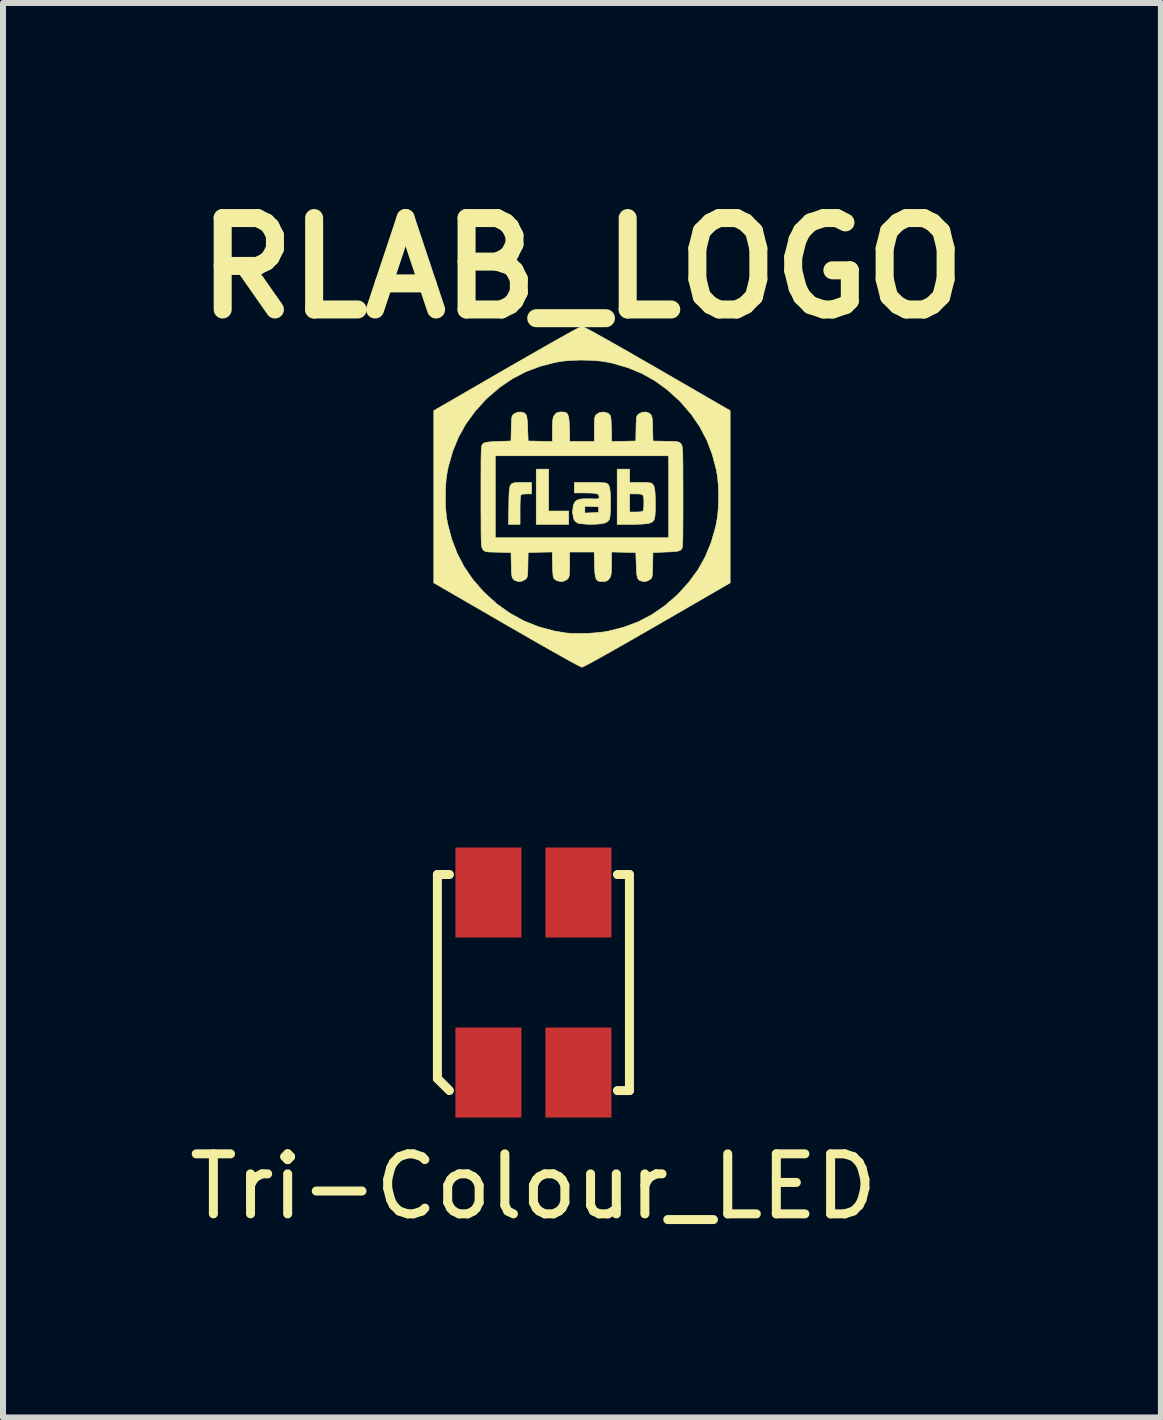
<source format=kicad_pcb>
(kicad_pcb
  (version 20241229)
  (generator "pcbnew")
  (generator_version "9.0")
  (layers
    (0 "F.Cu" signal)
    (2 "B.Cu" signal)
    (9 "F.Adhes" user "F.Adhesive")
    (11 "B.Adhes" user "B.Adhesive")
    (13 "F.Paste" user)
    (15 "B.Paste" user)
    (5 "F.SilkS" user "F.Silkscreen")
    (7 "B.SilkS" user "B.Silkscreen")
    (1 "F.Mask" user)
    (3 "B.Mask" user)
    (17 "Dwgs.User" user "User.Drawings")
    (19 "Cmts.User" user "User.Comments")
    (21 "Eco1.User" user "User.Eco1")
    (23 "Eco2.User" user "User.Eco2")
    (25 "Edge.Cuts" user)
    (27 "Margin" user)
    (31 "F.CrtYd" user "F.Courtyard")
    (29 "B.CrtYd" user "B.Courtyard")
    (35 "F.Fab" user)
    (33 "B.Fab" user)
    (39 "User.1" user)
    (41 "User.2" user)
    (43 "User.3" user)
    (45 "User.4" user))
  (footprint "Tri-Colour_LED"
    (layer "F.Cu")
    (at 5.839 13.323)
    (property "Reference" "Tri-Colour_LED" (at 0 3.4 0) (layer "F.SilkS") (effects (font (size 1 1) (thickness 0.15))))
    (attr through_hole)
    (fp_line (start -1.6 -1.8) (end -1.6 1.6) (stroke (width 0.15) (type solid)) (layer "F.SilkS"))
    (fp_line (start -1.6 1.6) (end -1.4 1.8) (stroke (width 0.15) (type solid)) (layer "F.SilkS"))
    (fp_line (start -1.4 -1.8) (end -1.6 -1.8) (stroke (width 0.15) (type solid)) (layer "F.SilkS"))
    (fp_line (start 1.4 -1.8) (end 1.6 -1.8) (stroke (width 0.15) (type solid)) (layer "F.SilkS"))
    (fp_line (start 1.6 -1.8) (end 1.6 1.8) (stroke (width 0.15) (type solid)) (layer "F.SilkS"))
    (fp_line (start 1.6 1.8) (end 1.4 1.8) (stroke (width 0.15) (type solid)) (layer "F.SilkS"))
    (pad "1" smd rect (at -0.75 1.5) (size 1.1 1.5) (layers "F.Cu" "F.Mask" "F.Paste"))
    (pad "2" smd rect (at -0.75 -1.5) (size 1.1 1.5) (layers "F.Cu" "F.Mask" "F.Paste"))
    (pad "3" smd rect (at 0.75 -1.5) (size 1.1 1.5) (layers "F.Cu" "F.Mask" "F.Paste"))
    (pad "4" smd rect (at 0.75 1.5) (size 1.1 1.5) (layers "F.Cu" "F.Mask" "F.Paste")))
  (footprint "RLAB_LOGO"
    (layer "F.Cu")
    (at 6.648 5.228)
    (property "Reference" "RLAB_LOGO" (at 0 -3.81 0) (layer "F.SilkS") (effects (font (size 1.524 1.524) (thickness 0.3))))
    (attr through_hole)
    (fp_poly (pts (xy -0.556 0.238) (xy -0.222 0.238) (xy -0.222 0.46) (xy -0.762 0.46) (xy -0.762 -0.46) (xy -0.556 -0.46) (xy -0.556 0.238)) (stroke (width 0.01) (type solid)) (fill yes) (layer "F.SilkS"))
    (fp_poly (pts (xy -0.99 -0.238) (xy -0.841 -0.238) (xy -0.841 -0.048) (xy -0.927 -0.048) (xy -0.982 -0.045) (xy -1.012 -0.035) (xy -1.022 -0.023) (xy -1.026 0.002) (xy -1.029 0.051) (xy -1.031 0.12) (xy -1.032 0.201) (xy -1.032 0.231) (xy -1.032 0.46) (xy -1.224 0.46) (xy -1.219 0.141) (xy -1.217 0.022) (xy -1.214 -0.069) (xy -1.208 -0.136) (xy -1.196 -0.183) (xy -1.176 -0.212) (xy -1.145 -0.229) (xy -1.102 -0.236) (xy -1.045 -0.238) (xy -0.99 -0.238)) (stroke (width 0.01) (type solid)) (fill yes) (layer "F.SilkS"))
    (fp_poly (pts (xy 0.794 -0.238) (xy 0.959 -0.238) (xy 1.031 -0.237) (xy 1.092 -0.235) (xy 1.135 -0.231) (xy 1.15 -0.228) (xy 1.176 -0.212) (xy 1.195 -0.185) (xy 1.208 -0.141) (xy 1.217 -0.078) (xy 1.221 0.009) (xy 1.222 0.117) (xy 1.222 0.222) (xy 1.218 0.3) (xy 1.21 0.356) (xy 1.196 0.394) (xy 1.174 0.418) (xy 1.143 0.434) (xy 1.103 0.445) (xy 1.064 0.45) (xy 1.001 0.455) (xy 0.922 0.458) (xy 0.835 0.46) (xy 0.814 0.46) (xy 0.587 0.46) (xy 0.587 -0.048) (xy 0.794 -0.048) (xy 0.794 0.254) (xy 0.903 0.254) (xy 0.965 0.252) (xy 1.002 0.246) (xy 1.019 0.234) (xy 1.022 0.229) (xy 1.027 0.2) (xy 1.031 0.152) (xy 1.032 0.103) (xy 1.031 0.033) (xy 1.025 -0.011) (xy 1.008 -0.035) (xy 0.975 -0.045) (xy 0.922 -0.048) (xy 0.903 -0.048) (xy 0.794 -0.048) (xy 0.587 -0.048) (xy 0.587 -0.46) (xy 0.794 -0.46) (xy 0.794 -0.238)) (stroke (width 0.01) (type solid)) (fill yes) (layer "F.SilkS"))
    (fp_poly (pts (xy 0.214 -0.238) (xy 0.292 -0.236) (xy 0.354 -0.233) (xy 0.394 -0.23) (xy 0.404 -0.228) (xy 0.43 -0.212) (xy 0.45 -0.183) (xy 0.463 -0.138) (xy 0.471 -0.072) (xy 0.475 0.018) (xy 0.476 0.106) (xy 0.474 0.224) (xy 0.469 0.31) (xy 0.461 0.364) (xy 0.456 0.381) (xy 0.429 0.413) (xy 0.385 0.436) (xy 0.32 0.45) (xy 0.229 0.457) (xy 0.159 0.459) (xy 0.083 0.457) (xy 0.012 0.452) (xy -0.042 0.445) (xy -0.064 0.44) (xy -0.109 0.415) (xy -0.135 0.373) (xy -0.138 0.365) (xy -0.155 0.271) (xy 0.048 0.271) (xy 0.163 0.267) (xy 0.278 0.262) (xy 0.278 0.167) (xy 0.163 0.162) (xy 0.048 0.157) (xy 0.048 0.271) (xy -0.155 0.271) (xy -0.157 0.262) (xy -0.146 0.155) (xy -0.142 0.139) (xy -0.123 0.094) (xy -0.093 0.063) (xy -0.047 0.043) (xy 0.019 0.034) (xy 0.112 0.034) (xy 0.129 0.034) (xy 0.201 0.036) (xy 0.246 0.036) (xy 0.272 0.032) (xy 0.283 0.024) (xy 0.286 0.01) (xy 0.286 0.007) (xy 0.282 -0.021) (xy 0.268 -0.041) (xy 0.24 -0.053) (xy 0.192 -0.06) (xy 0.119 -0.063) (xy 0.06 -0.064) (xy -0.127 -0.064) (xy -0.127 -0.238) (xy 0.126 -0.238) (xy 0.214 -0.238)) (stroke (width 0.01) (type solid)) (fill yes) (layer "F.SilkS"))
    (fp_poly (pts (xy 0.02 -2.832) (xy 0.066 -2.809) (xy 0.137 -2.772) (xy 0.23 -2.721) (xy 0.344 -2.657) (xy 0.478 -2.582) (xy 0.63 -2.496) (xy 0.799 -2.4) (xy 0.982 -2.294) (xy 1.179 -2.181) (xy 1.254 -2.138) (xy 2.469 -1.435) (xy 2.469 1.435) (xy 1.254 2.138) (xy 1.052 2.254) (xy 0.864 2.362) (xy 0.689 2.462) (xy 0.531 2.552) (xy 0.391 2.631) (xy 0.269 2.699) (xy 0.168 2.755) (xy 0.089 2.797) (xy 0.034 2.825) (xy 0.004 2.839) (xy 0 2.84) (xy -0.02 2.832) (xy -0.066 2.809) (xy -0.137 2.772) (xy -0.23 2.721) (xy -0.344 2.657) (xy -0.478 2.582) (xy -0.63 2.496) (xy -0.799 2.4) (xy -0.982 2.294) (xy -1.179 2.181) (xy -1.254 2.138) (xy -2.469 1.435) (xy -2.469 0.014) (xy -2.278 0.014) (xy -2.273 0.179) (xy -2.259 0.333) (xy -2.24 0.445) (xy -2.171 0.706) (xy -2.079 0.946) (xy -1.962 1.17) (xy -1.818 1.379) (xy -1.647 1.576) (xy -1.619 1.604) (xy -1.416 1.788) (xy -1.198 1.943) (xy -0.967 2.069) (xy -0.722 2.167) (xy -0.463 2.237) (xy -0.266 2.27) (xy -0.158 2.278) (xy -0.029 2.28) (xy 0.11 2.276) (xy 0.247 2.266) (xy 0.374 2.251) (xy 0.445 2.238) (xy 0.704 2.172) (xy 0.945 2.08) (xy 1.169 1.962) (xy 1.381 1.816) (xy 1.581 1.642) (xy 1.612 1.612) (xy 1.787 1.417) (xy 1.935 1.214) (xy 2.056 0.997) (xy 2.152 0.764) (xy 2.225 0.511) (xy 2.24 0.445) (xy 2.262 0.308) (xy 2.274 0.152) (xy 2.278 -0.014) (xy 2.273 -0.179) (xy 2.259 -0.333) (xy 2.24 -0.445) (xy 2.172 -0.703) (xy 2.082 -0.941) (xy 1.967 -1.161) (xy 1.826 -1.368) (xy 1.658 -1.564) (xy 1.612 -1.612) (xy 1.417 -1.787) (xy 1.214 -1.935) (xy 0.997 -2.056) (xy 0.764 -2.152) (xy 0.511 -2.225) (xy 0.445 -2.24) (xy 0.308 -2.262) (xy 0.152 -2.274) (xy -0.014 -2.278) (xy -0.179 -2.273) (xy -0.333 -2.259) (xy -0.445 -2.24) (xy -0.703 -2.172) (xy -0.941 -2.082) (xy -1.161 -1.967) (xy -1.368 -1.826) (xy -1.564 -1.658) (xy -1.612 -1.612) (xy -1.787 -1.417) (xy -1.935 -1.214) (xy -2.056 -0.997) (xy -2.152 -0.764) (xy -2.225 -0.511) (xy -2.24 -0.445) (xy -2.262 -0.308) (xy -2.274 -0.152) (xy -2.278 0.014) (xy -2.469 0.014) (xy -2.469 -1.435) (xy -1.254 -2.138) (xy -1.052 -2.254) (xy -0.864 -2.362) (xy -0.689 -2.462) (xy -0.531 -2.552) (xy -0.391 -2.631) (xy -0.269 -2.699) (xy -0.168 -2.755) (xy -0.089 -2.797) (xy -0.034 -2.825) (xy -0.004 -2.839) (xy 0 -2.84) (xy 0.02 -2.832)) (stroke (width 0.01) (type solid)) (fill yes) (layer "F.SilkS"))
    (fp_poly (pts (xy -0.295 -1.41) (xy -0.262 -1.399) (xy -0.239 -1.375) (xy -0.224 -1.333) (xy -0.215 -1.271) (xy -0.211 -1.183) (xy -0.209 -1.133) (xy -0.204 -0.921) (xy 0.001 -0.921) (xy 0.206 -0.921) (xy 0.206 -1.128) (xy 0.207 -1.213) (xy 0.208 -1.272) (xy 0.212 -1.312) (xy 0.219 -1.338) (xy 0.23 -1.357) (xy 0.245 -1.374) (xy 0.297 -1.405) (xy 0.359 -1.412) (xy 0.42 -1.397) (xy 0.445 -1.382) (xy 0.46 -1.368) (xy 0.472 -1.352) (xy 0.479 -1.328) (xy 0.484 -1.29) (xy 0.487 -1.233) (xy 0.489 -1.15) (xy 0.49 -1.136) (xy 0.495 -0.92) (xy 0.696 -0.924) (xy 0.897 -0.929) (xy 0.901 -1.138) (xy 0.903 -1.223) (xy 0.906 -1.283) (xy 0.91 -1.322) (xy 0.918 -1.347) (xy 0.929 -1.364) (xy 0.945 -1.378) (xy 0.947 -1.38) (xy 1.002 -1.407) (xy 1.063 -1.412) (xy 1.118 -1.394) (xy 1.14 -1.377) (xy 1.154 -1.359) (xy 1.164 -1.336) (xy 1.17 -1.304) (xy 1.174 -1.254) (xy 1.177 -1.182) (xy 1.178 -1.135) (xy 1.183 -0.929) (xy 1.4 -0.924) (xy 1.487 -0.922) (xy 1.548 -0.92) (xy 1.589 -0.916) (xy 1.615 -0.909) (xy 1.632 -0.899) (xy 1.646 -0.884) (xy 1.65 -0.878) (xy 1.657 -0.869) (xy 1.663 -0.857) (xy 1.668 -0.841) (xy 1.672 -0.818) (xy 1.676 -0.785) (xy 1.678 -0.74) (xy 1.68 -0.681) (xy 1.681 -0.603) (xy 1.682 -0.505) (xy 1.682 -0.385) (xy 1.683 -0.239) (xy 1.683 -0.064) (xy 1.683 0.008) (xy 1.683 0.193) (xy 1.683 0.349) (xy 1.682 0.478) (xy 1.682 0.584) (xy 1.681 0.668) (xy 1.679 0.734) (xy 1.677 0.783) (xy 1.674 0.819) (xy 1.67 0.844) (xy 1.666 0.86) (xy 1.66 0.871) (xy 1.653 0.879) (xy 1.649 0.883) (xy 1.631 0.895) (xy 1.605 0.904) (xy 1.566 0.911) (xy 1.508 0.916) (xy 1.425 0.92) (xy 1.399 0.921) (xy 1.183 0.929) (xy 1.178 1.138) (xy 1.176 1.223) (xy 1.174 1.283) (xy 1.169 1.322) (xy 1.162 1.347) (xy 1.151 1.364) (xy 1.135 1.378) (xy 1.132 1.38) (xy 1.08 1.407) (xy 1.021 1.412) (xy 0.968 1.398) (xy 0.943 1.38) (xy 0.93 1.361) (xy 0.921 1.334) (xy 0.914 1.294) (xy 0.909 1.234) (xy 0.905 1.148) (xy 0.905 1.137) (xy 0.897 0.929) (xy 0.492 0.92) (xy 0.492 1.115) (xy 0.491 1.203) (xy 0.488 1.265) (xy 0.482 1.308) (xy 0.473 1.336) (xy 0.465 1.35) (xy 0.435 1.388) (xy 0.405 1.406) (xy 0.361 1.412) (xy 0.34 1.413) (xy 0.295 1.41) (xy 0.262 1.399) (xy 0.239 1.375) (xy 0.224 1.333) (xy 0.215 1.271) (xy 0.211 1.183) (xy 0.209 1.133) (xy 0.204 0.921) (xy -0.206 0.921) (xy -0.206 1.128) (xy -0.207 1.213) (xy -0.208 1.272) (xy -0.212 1.312) (xy -0.219 1.338) (xy -0.23 1.357) (xy -0.245 1.374) (xy -0.297 1.405) (xy -0.359 1.412) (xy -0.42 1.397) (xy -0.445 1.382) (xy -0.46 1.368) (xy -0.472 1.352) (xy -0.479 1.328) (xy -0.484 1.29) (xy -0.487 1.233) (xy -0.489 1.15) (xy -0.49 1.136) (xy -0.495 0.92) (xy -0.696 0.924) (xy -0.897 0.929) (xy -0.901 1.138) (xy -0.903 1.223) (xy -0.906 1.283) (xy -0.91 1.322) (xy -0.918 1.347) (xy -0.929 1.364) (xy -0.945 1.378) (xy -0.947 1.38) (xy -1.002 1.407) (xy -1.063 1.412) (xy -1.118 1.394) (xy -1.14 1.377) (xy -1.154 1.359) (xy -1.164 1.336) (xy -1.17 1.304) (xy -1.174 1.254) (xy -1.177 1.182) (xy -1.178 1.135) (xy -1.183 0.929) (xy -1.4 0.924) (xy -1.487 0.922) (xy -1.548 0.92) (xy -1.589 0.916) (xy -1.615 0.909) (xy -1.632 0.899) (xy -1.646 0.884) (xy -1.65 0.878) (xy -1.657 0.869) (xy -1.663 0.857) (xy -1.668 0.841) (xy -1.672 0.818) (xy -1.676 0.785) (xy -1.678 0.74) (xy -1.68 0.681) (xy -1.681 0.603) (xy -1.682 0.505) (xy -1.682 0.385) (xy -1.683 0.239) (xy -1.683 0.064) (xy -1.683 -0.008) (xy -1.683 -0.193) (xy -1.683 -0.349) (xy -1.682 -0.478) (xy -1.682 -0.584) (xy -1.681 -0.668) (xy -1.68 -0.683) (xy -1.445 -0.683) (xy -1.445 0.683) (xy 1.445 0.683) (xy 1.445 -0.683) (xy -1.445 -0.683) (xy -1.68 -0.683) (xy -1.679 -0.734) (xy -1.677 -0.783) (xy -1.674 -0.819) (xy -1.67 -0.844) (xy -1.666 -0.86) (xy -1.66 -0.871) (xy -1.653 -0.879) (xy -1.649 -0.883) (xy -1.631 -0.895) (xy -1.605 -0.904) (xy -1.566 -0.911) (xy -1.508 -0.916) (xy -1.425 -0.92) (xy -1.399 -0.921) (xy -1.183 -0.929) (xy -1.178 -1.138) (xy -1.176 -1.223) (xy -1.174 -1.283) (xy -1.169 -1.322) (xy -1.162 -1.347) (xy -1.151 -1.364) (xy -1.135 -1.378) (xy -1.132 -1.38) (xy -1.08 -1.407) (xy -1.021 -1.412) (xy -0.968 -1.398) (xy -0.943 -1.38) (xy -0.93 -1.361) (xy -0.921 -1.334) (xy -0.914 -1.294) (xy -0.909 -1.234) (xy -0.905 -1.148) (xy -0.905 -1.137) (xy -0.897 -0.929) (xy -0.695 -0.924) (xy -0.492 -0.92) (xy -0.492 -1.115) (xy -0.491 -1.203) (xy -0.488 -1.265) (xy -0.482 -1.308) (xy -0.473 -1.336) (xy -0.465 -1.35) (xy -0.435 -1.388) (xy -0.405 -1.406) (xy -0.361 -1.412) (xy -0.34 -1.413) (xy -0.295 -1.41)) (stroke (width 0.01) (type solid)) (fill yes) (layer "F.SilkS")))
  (gr_rect
    (start -3 -3)
    (end 16.295 20.571)
    (stroke (width 0.1) (type default))
    (fill no)
    (layer "Edge.Cuts")))
</source>
